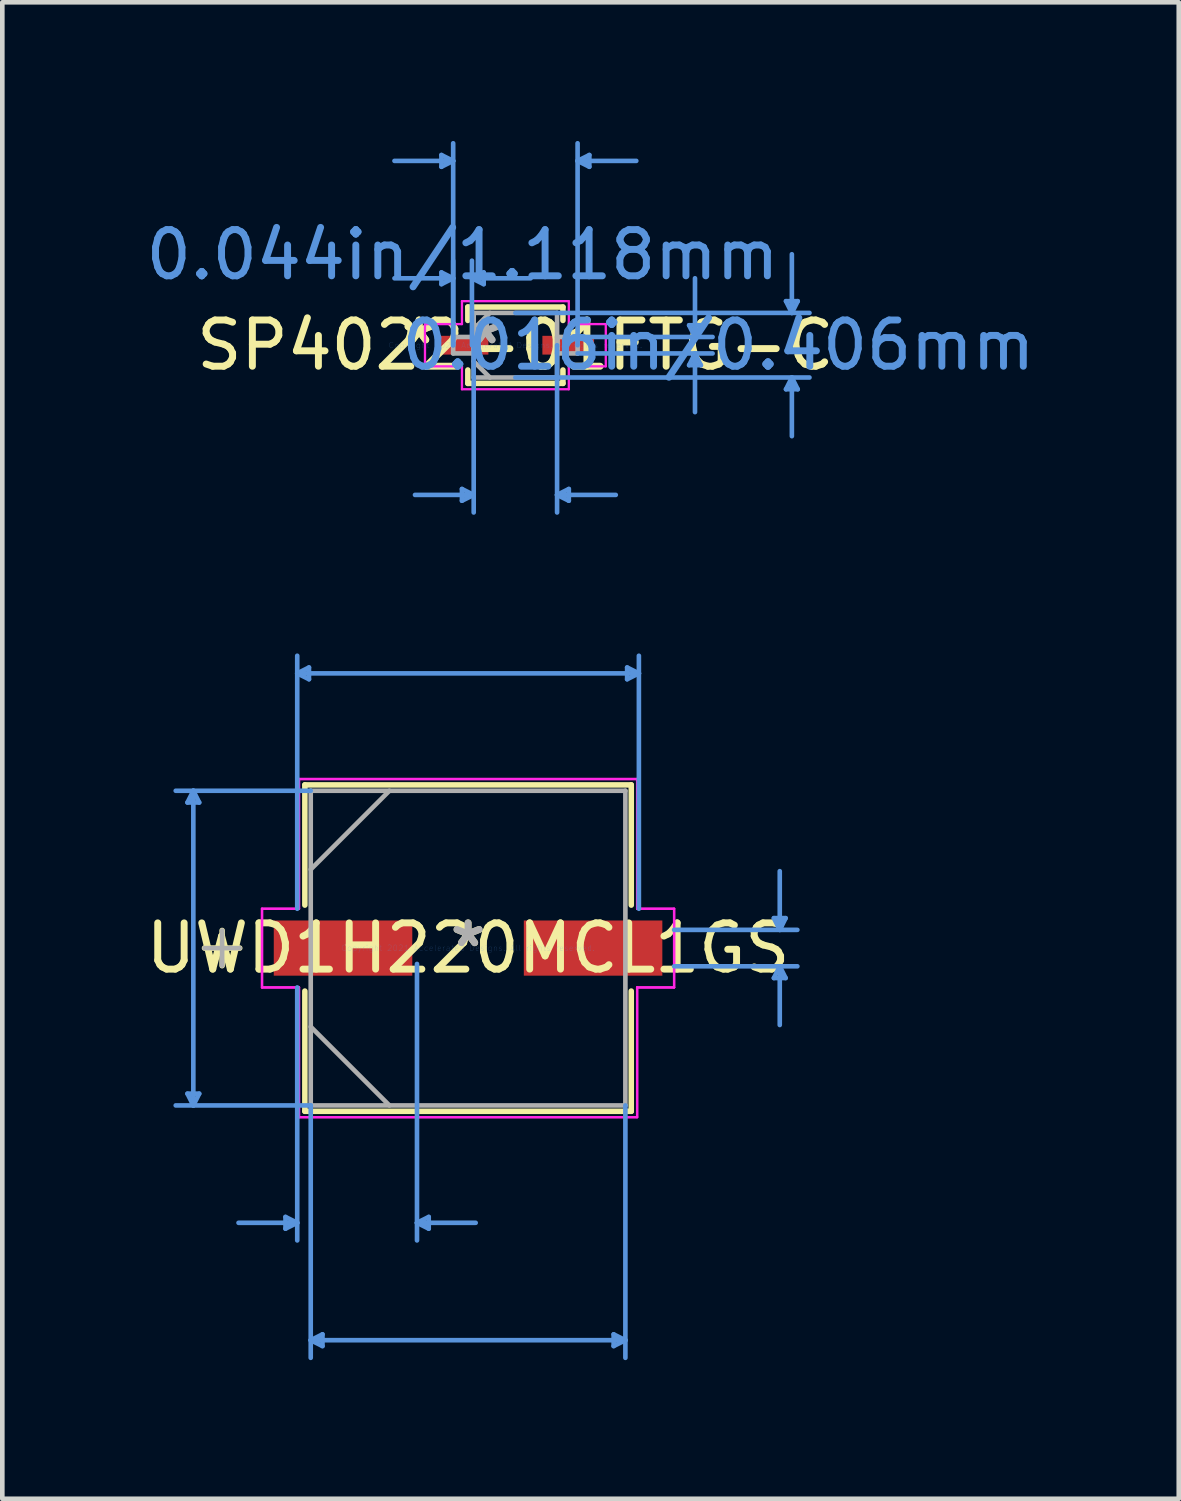
<source format=kicad_pcb>
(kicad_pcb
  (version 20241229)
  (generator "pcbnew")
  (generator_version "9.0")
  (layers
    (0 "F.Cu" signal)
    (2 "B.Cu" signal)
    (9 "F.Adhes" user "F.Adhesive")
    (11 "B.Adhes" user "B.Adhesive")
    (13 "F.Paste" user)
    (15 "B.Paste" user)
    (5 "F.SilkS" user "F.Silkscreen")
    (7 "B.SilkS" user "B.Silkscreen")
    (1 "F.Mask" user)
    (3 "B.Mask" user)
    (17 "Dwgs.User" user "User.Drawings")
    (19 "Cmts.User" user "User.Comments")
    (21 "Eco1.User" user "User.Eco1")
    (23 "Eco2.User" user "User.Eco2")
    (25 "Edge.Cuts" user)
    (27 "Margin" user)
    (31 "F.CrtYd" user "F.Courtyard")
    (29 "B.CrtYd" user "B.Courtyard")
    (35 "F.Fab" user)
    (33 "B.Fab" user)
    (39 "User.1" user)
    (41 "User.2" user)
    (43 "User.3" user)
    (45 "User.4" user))
  (footprint "SP4022-01FTG-C"
    (layer "F.Cu")
    (at 8.101 4.419)
    (property "Reference" "SP4022-01FTG-C" (at 0 0 0) (layer "F.SilkS") (effects (font (size 1 1) (thickness 0.15))))
    (attr through_hole)
    (fp_line (start -1.029 -0.826) (end -1.029 -0.536) (stroke (width 0.12) (type solid)) (layer "F.SilkS"))
    (fp_line (start -1.029 0.536) (end -1.029 0.826) (stroke (width 0.12) (type solid)) (layer "F.SilkS"))
    (fp_line (start -1.029 0.826) (end 1.029 0.826) (stroke (width 0.12) (type solid)) (layer "F.SilkS"))
    (fp_line (start 1.029 -0.826) (end -1.029 -0.826) (stroke (width 0.12) (type solid)) (layer "F.SilkS"))
    (fp_line (start 1.029 -0.536) (end 1.029 -0.826) (stroke (width 0.12) (type solid)) (layer "F.SilkS"))
    (fp_line (start 1.029 0.826) (end 1.029 0.536) (stroke (width 0.12) (type solid)) (layer "F.SilkS"))
    (fp_line (start -1.6 -4.115) (end -1.6 -3.861) (stroke (width 0.1) (type solid)) (layer "Cmts.User"))
    (fp_line (start -1.6 -1.575) (end -1.6 -1.321) (stroke (width 0.1) (type solid)) (layer "Cmts.User"))
    (fp_line (start -1.346 -3.988) (end -2.616 -3.988) (stroke (width 0.1) (type solid)) (layer "Cmts.User"))
    (fp_line (start -1.346 -3.988) (end -1.6 -4.115) (stroke (width 0.1) (type solid)) (layer "Cmts.User"))
    (fp_line (start -1.346 -3.988) (end -1.6 -3.861) (stroke (width 0.1) (type solid)) (layer "Cmts.User"))
    (fp_line (start -1.346 -1.448) (end -2.616 -1.448) (stroke (width 0.1) (type solid)) (layer "Cmts.User"))
    (fp_line (start -1.346 -1.448) (end -1.6 -1.575) (stroke (width 0.1) (type solid)) (layer "Cmts.User"))
    (fp_line (start -1.346 -1.448) (end -1.6 -1.321) (stroke (width 0.1) (type solid)) (layer "Cmts.User"))
    (fp_line (start -1.346 0) (end -1.346 -4.369) (stroke (width 0.1) (type solid)) (layer "Cmts.User"))
    (fp_line (start -1.346 0) (end -1.346 -1.829) (stroke (width 0.1) (type solid)) (layer "Cmts.User"))
    (fp_line (start -1.156 3.111) (end -1.156 3.365) (stroke (width 0.1) (type solid)) (layer "Cmts.User"))
    (fp_line (start -0.94 -1.448) (end -0.686 -1.575) (stroke (width 0.1) (type solid)) (layer "Cmts.User"))
    (fp_line (start -0.94 -1.448) (end -0.686 -1.321) (stroke (width 0.1) (type solid)) (layer "Cmts.User"))
    (fp_line (start -0.94 -1.448) (end 0.33 -1.448) (stroke (width 0.1) (type solid)) (layer "Cmts.User"))
    (fp_line (start -0.94 0) (end -0.94 -1.829) (stroke (width 0.1) (type solid)) (layer "Cmts.User"))
    (fp_line (start -0.902 0) (end -0.902 3.619) (stroke (width 0.1) (type solid)) (layer "Cmts.User"))
    (fp_line (start -0.902 3.239) (end -2.172 3.239) (stroke (width 0.1) (type solid)) (layer "Cmts.User"))
    (fp_line (start -0.902 3.239) (end -1.156 3.111) (stroke (width 0.1) (type solid)) (layer "Cmts.User"))
    (fp_line (start -0.902 3.239) (end -1.156 3.365) (stroke (width 0.1) (type solid)) (layer "Cmts.User"))
    (fp_line (start -0.686 -1.575) (end -0.686 -1.321) (stroke (width 0.1) (type solid)) (layer "Cmts.User"))
    (fp_line (start 0 -0.699) (end 6.363 -0.699) (stroke (width 0.1) (type solid)) (layer "Cmts.User"))
    (fp_line (start 0 0.699) (end 6.363 0.699) (stroke (width 0.1) (type solid)) (layer "Cmts.User"))
    (fp_line (start 0.902 0) (end 0.902 3.619) (stroke (width 0.1) (type solid)) (layer "Cmts.User"))
    (fp_line (start 0.902 3.239) (end 1.156 3.111) (stroke (width 0.1) (type solid)) (layer "Cmts.User"))
    (fp_line (start 0.902 3.239) (end 1.156 3.365) (stroke (width 0.1) (type solid)) (layer "Cmts.User"))
    (fp_line (start 0.902 3.239) (end 2.172 3.239) (stroke (width 0.1) (type solid)) (layer "Cmts.User"))
    (fp_line (start 1.156 3.111) (end 1.156 3.365) (stroke (width 0.1) (type solid)) (layer "Cmts.User"))
    (fp_line (start 1.346 -3.988) (end 1.6 -4.115) (stroke (width 0.1) (type solid)) (layer "Cmts.User"))
    (fp_line (start 1.346 -3.988) (end 1.6 -3.861) (stroke (width 0.1) (type solid)) (layer "Cmts.User"))
    (fp_line (start 1.346 -3.988) (end 2.616 -3.988) (stroke (width 0.1) (type solid)) (layer "Cmts.User"))
    (fp_line (start 1.346 -0.178) (end 4.267 -0.178) (stroke (width 0.1) (type solid)) (layer "Cmts.User"))
    (fp_line (start 1.346 0) (end 1.346 -4.369) (stroke (width 0.1) (type solid)) (layer "Cmts.User"))
    (fp_line (start 1.346 0.178) (end 4.267 0.178) (stroke (width 0.1) (type solid)) (layer "Cmts.User"))
    (fp_line (start 1.6 -4.115) (end 1.6 -3.861) (stroke (width 0.1) (type solid)) (layer "Cmts.User"))
    (fp_line (start 3.759 -0.432) (end 4.013 -0.432) (stroke (width 0.1) (type solid)) (layer "Cmts.User"))
    (fp_line (start 3.759 0.432) (end 4.013 0.432) (stroke (width 0.1) (type solid)) (layer "Cmts.User"))
    (fp_line (start 3.886 -0.178) (end 3.759 -0.432) (stroke (width 0.1) (type solid)) (layer "Cmts.User"))
    (fp_line (start 3.886 -0.178) (end 3.886 -1.448) (stroke (width 0.1) (type solid)) (layer "Cmts.User"))
    (fp_line (start 3.886 -0.178) (end 4.013 -0.432) (stroke (width 0.1) (type solid)) (layer "Cmts.User"))
    (fp_line (start 3.886 0.178) (end 3.759 0.432) (stroke (width 0.1) (type solid)) (layer "Cmts.User"))
    (fp_line (start 3.886 0.178) (end 3.886 1.448) (stroke (width 0.1) (type solid)) (layer "Cmts.User"))
    (fp_line (start 3.886 0.178) (end 4.013 0.432) (stroke (width 0.1) (type solid)) (layer "Cmts.User"))
    (fp_line (start 5.855 -0.953) (end 6.109 -0.953) (stroke (width 0.1) (type solid)) (layer "Cmts.User"))
    (fp_line (start 5.855 0.953) (end 6.109 0.953) (stroke (width 0.1) (type solid)) (layer "Cmts.User"))
    (fp_line (start 5.982 -0.699) (end 5.855 -0.953) (stroke (width 0.1) (type solid)) (layer "Cmts.User"))
    (fp_line (start 5.982 -0.699) (end 5.982 -1.968) (stroke (width 0.1) (type solid)) (layer "Cmts.User"))
    (fp_line (start 5.982 -0.699) (end 6.109 -0.953) (stroke (width 0.1) (type solid)) (layer "Cmts.User"))
    (fp_line (start 5.982 0.699) (end 5.855 0.953) (stroke (width 0.1) (type solid)) (layer "Cmts.User"))
    (fp_line (start 5.982 0.699) (end 5.982 1.968) (stroke (width 0.1) (type solid)) (layer "Cmts.User"))
    (fp_line (start 5.982 0.699) (end 6.109 0.953) (stroke (width 0.1) (type solid)) (layer "Cmts.User"))
    (fp_line (start -1.956 -0.457) (end -1.156 -0.457) (stroke (width 0.05) (type solid)) (layer "F.CrtYd"))
    (fp_line (start -1.956 0.457) (end -1.956 -0.457) (stroke (width 0.05) (type solid)) (layer "F.CrtYd"))
    (fp_line (start -1.156 -0.953) (end 1.156 -0.953) (stroke (width 0.05) (type solid)) (layer "F.CrtYd"))
    (fp_line (start -1.156 -0.457) (end -1.156 -0.953) (stroke (width 0.05) (type solid)) (layer "F.CrtYd"))
    (fp_line (start -1.156 0.457) (end -1.956 0.457) (stroke (width 0.05) (type solid)) (layer "F.CrtYd"))
    (fp_line (start -1.156 0.953) (end -1.156 0.457) (stroke (width 0.05) (type solid)) (layer "F.CrtYd"))
    (fp_line (start 1.156 -0.953) (end 1.156 -0.457) (stroke (width 0.05) (type solid)) (layer "F.CrtYd"))
    (fp_line (start 1.156 -0.457) (end 1.956 -0.457) (stroke (width 0.05) (type solid)) (layer "F.CrtYd"))
    (fp_line (start 1.156 0.457) (end 1.156 0.953) (stroke (width 0.05) (type solid)) (layer "F.CrtYd"))
    (fp_line (start 1.156 0.953) (end -1.156 0.953) (stroke (width 0.05) (type solid)) (layer "F.CrtYd"))
    (fp_line (start 1.956 -0.457) (end 1.956 0.457) (stroke (width 0.05) (type solid)) (layer "F.CrtYd"))
    (fp_line (start 1.956 0.457) (end 1.156 0.457) (stroke (width 0.05) (type solid)) (layer "F.CrtYd"))
    (fp_line (start -1.346 -0.178) (end -1.346 0.178) (stroke (width 0.1) (type solid)) (layer "F.Fab"))
    (fp_line (start -1.346 0.178) (end -0.902 0.178) (stroke (width 0.1) (type solid)) (layer "F.Fab"))
    (fp_line (start -0.902 -0.699) (end -0.902 0.699) (stroke (width 0.1) (type solid)) (layer "F.Fab"))
    (fp_line (start -0.902 -0.349) (end -0.552 -0.699) (stroke (width 0.1) (type solid)) (layer "F.Fab"))
    (fp_line (start -0.902 -0.178) (end -1.346 -0.178) (stroke (width 0.1) (type solid)) (layer "F.Fab"))
    (fp_line (start -0.902 0.178) (end -0.902 -0.178) (stroke (width 0.1) (type solid)) (layer "F.Fab"))
    (fp_line (start -0.902 0.349) (end -0.552 0.699) (stroke (width 0.1) (type solid)) (layer "F.Fab"))
    (fp_line (start -0.902 0.699) (end 0.902 0.699) (stroke (width 0.1) (type solid)) (layer "F.Fab"))
    (fp_line (start 0.902 -0.699) (end -0.902 -0.699) (stroke (width 0.1) (type solid)) (layer "F.Fab"))
    (fp_line (start 0.902 -0.178) (end 0.902 0.178) (stroke (width 0.1) (type solid)) (layer "F.Fab"))
    (fp_line (start 0.902 0.178) (end 1.346 0.178) (stroke (width 0.1) (type solid)) (layer "F.Fab"))
    (fp_line (start 0.902 0.699) (end 0.902 -0.699) (stroke (width 0.1) (type solid)) (layer "F.Fab"))
    (fp_line (start 1.346 -0.178) (end 0.902 -0.178) (stroke (width 0.1) (type solid)) (layer "F.Fab"))
    (fp_line (start 1.346 0.178) (end 1.346 -0.178) (stroke (width 0.1) (type solid)) (layer "F.Fab"))
    (fp_text user "*" (at -2.083 0 0) (layer "F.SilkS") (effects (font (size 1 1) (thickness 0.15))))
    (fp_text user "*" (at -2.083 0 0) (layer "F.SilkS") (effects (font (size 1 1) (thickness 0.15))))
    (fp_text user "Copyright 2021 Accelerated Designs. All rights reserved." (at 0 0 0) (layer "Cmts.User") (effects (font (size 0.127 0.127) (thickness 0.002))))
    (fp_text user "0.016in/0.406mm" (at 4.394 0 0) (layer "Cmts.User") (effects (font (size 1 1) (thickness 0.15))))
    (fp_text user "0.044in/1.118mm" (at -1.143 -1.956 0) (layer "Cmts.User") (effects (font (size 1 1) (thickness 0.15))))
    (fp_text user "*" (at -0.648 0 0) (layer "F.Fab") (effects (font (size 1 1) (thickness 0.15))))
    (fp_text user "*" (at -0.648 0 0) (layer "F.Fab") (effects (font (size 1 1) (thickness 0.15))))
    (pad "1" smd rect (at -1.143 0) (size 1.118 0.406) (layers "F.Cu" "F.Mask" "F.Paste"))
    (pad "2" smd rect (at 1.143 0) (size 1.118 0.406) (layers "F.Cu" "F.Mask" "F.Paste")))
  (footprint "UWD1H220MCL1GS"
    (layer "F.Cu")
    (at 7.077 17.463)
    (property "Reference" "UWD1H220MCL1GS" (at 0 0 0) (layer "F.SilkS") (effects (font (size 1 1) (thickness 0.15))))
    (attr through_hole)
    (fp_line (start -5.321 -0.381) (end -5.321 0.381) (stroke (width 0.12) (type solid)) (layer "F.SilkS"))
    (fp_line (start -4.94 0) (end -5.702 0) (stroke (width 0.12) (type solid)) (layer "F.SilkS"))
    (fp_line (start -3.531 -3.531) (end -3.531 -0.93) (stroke (width 0.12) (type solid)) (layer "F.SilkS"))
    (fp_line (start -3.531 0.93) (end -3.531 3.531) (stroke (width 0.12) (type solid)) (layer "F.SilkS"))
    (fp_line (start -3.531 3.531) (end 3.531 3.531) (stroke (width 0.12) (type solid)) (layer "F.SilkS"))
    (fp_line (start 3.531 -3.531) (end -3.531 -3.531) (stroke (width 0.12) (type solid)) (layer "F.SilkS"))
    (fp_line (start 3.531 -0.93) (end 3.531 -3.531) (stroke (width 0.12) (type solid)) (layer "F.SilkS"))
    (fp_line (start 3.531 3.531) (end 3.531 0.93) (stroke (width 0.12) (type solid)) (layer "F.SilkS"))
    (fp_line (start -6.071 -3.15) (end -5.817 -3.15) (stroke (width 0.1) (type solid)) (layer "Cmts.User"))
    (fp_line (start -6.071 3.15) (end -5.817 3.15) (stroke (width 0.1) (type solid)) (layer "Cmts.User"))
    (fp_line (start -5.944 -3.404) (end -6.071 -3.15) (stroke (width 0.1) (type solid)) (layer "Cmts.User"))
    (fp_line (start -5.944 -3.404) (end -5.944 3.404) (stroke (width 0.1) (type solid)) (layer "Cmts.User"))
    (fp_line (start -5.944 -3.404) (end -5.817 -3.15) (stroke (width 0.1) (type solid)) (layer "Cmts.User"))
    (fp_line (start -5.944 3.404) (end -6.071 3.15) (stroke (width 0.1) (type solid)) (layer "Cmts.User"))
    (fp_line (start -5.944 3.404) (end -5.817 3.15) (stroke (width 0.1) (type solid)) (layer "Cmts.User"))
    (fp_line (start -3.95 5.817) (end -3.95 6.071) (stroke (width 0.1) (type solid)) (layer "Cmts.User"))
    (fp_line (start -3.696 -5.944) (end -3.442 -6.071) (stroke (width 0.1) (type solid)) (layer "Cmts.User"))
    (fp_line (start -3.696 -5.944) (end -3.442 -5.817) (stroke (width 0.1) (type solid)) (layer "Cmts.User"))
    (fp_line (start -3.696 -5.944) (end 3.696 -5.944) (stroke (width 0.1) (type solid)) (layer "Cmts.User"))
    (fp_line (start -3.696 -0.851) (end -3.696 -6.325) (stroke (width 0.1) (type solid)) (layer "Cmts.User"))
    (fp_line (start -3.696 0.851) (end -3.696 6.325) (stroke (width 0.1) (type solid)) (layer "Cmts.User"))
    (fp_line (start -3.696 5.944) (end -4.966 5.944) (stroke (width 0.1) (type solid)) (layer "Cmts.User"))
    (fp_line (start -3.696 5.944) (end -3.95 5.817) (stroke (width 0.1) (type solid)) (layer "Cmts.User"))
    (fp_line (start -3.696 5.944) (end -3.95 6.071) (stroke (width 0.1) (type solid)) (layer "Cmts.User"))
    (fp_line (start -3.442 -6.071) (end -3.442 -5.817) (stroke (width 0.1) (type solid)) (layer "Cmts.User"))
    (fp_line (start -3.404 -3.404) (end -6.325 -3.404) (stroke (width 0.1) (type solid)) (layer "Cmts.User"))
    (fp_line (start -3.404 3.404) (end -6.325 3.404) (stroke (width 0.1) (type solid)) (layer "Cmts.User"))
    (fp_line (start -3.404 3.404) (end -3.404 8.865) (stroke (width 0.1) (type solid)) (layer "Cmts.User"))
    (fp_line (start -3.404 8.484) (end -3.15 8.357) (stroke (width 0.1) (type solid)) (layer "Cmts.User"))
    (fp_line (start -3.404 8.484) (end -3.15 8.611) (stroke (width 0.1) (type solid)) (layer "Cmts.User"))
    (fp_line (start -3.404 8.484) (end 3.404 8.484) (stroke (width 0.1) (type solid)) (layer "Cmts.User"))
    (fp_line (start -3.15 8.357) (end -3.15 8.611) (stroke (width 0.1) (type solid)) (layer "Cmts.User"))
    (fp_line (start -1.105 0.343) (end -1.105 6.325) (stroke (width 0.1) (type solid)) (layer "Cmts.User"))
    (fp_line (start -1.105 5.944) (end -0.851 5.817) (stroke (width 0.1) (type solid)) (layer "Cmts.User"))
    (fp_line (start -1.105 5.944) (end -0.851 6.071) (stroke (width 0.1) (type solid)) (layer "Cmts.User"))
    (fp_line (start -1.105 5.944) (end 0.165 5.944) (stroke (width 0.1) (type solid)) (layer "Cmts.User"))
    (fp_line (start -0.851 5.817) (end -0.851 6.071) (stroke (width 0.1) (type solid)) (layer "Cmts.User"))
    (fp_line (start 3.15 8.357) (end 3.15 8.611) (stroke (width 0.1) (type solid)) (layer "Cmts.User"))
    (fp_line (start 3.404 3.404) (end 3.404 8.865) (stroke (width 0.1) (type solid)) (layer "Cmts.User"))
    (fp_line (start 3.404 8.484) (end 3.15 8.357) (stroke (width 0.1) (type solid)) (layer "Cmts.User"))
    (fp_line (start 3.404 8.484) (end 3.15 8.611) (stroke (width 0.1) (type solid)) (layer "Cmts.User"))
    (fp_line (start 3.442 -6.071) (end 3.442 -5.817) (stroke (width 0.1) (type solid)) (layer "Cmts.User"))
    (fp_line (start 3.696 -5.944) (end 3.442 -6.071) (stroke (width 0.1) (type solid)) (layer "Cmts.User"))
    (fp_line (start 3.696 -5.944) (end 3.442 -5.817) (stroke (width 0.1) (type solid)) (layer "Cmts.User"))
    (fp_line (start 3.696 -0.851) (end 3.696 -6.325) (stroke (width 0.1) (type solid)) (layer "Cmts.User"))
    (fp_line (start 4.458 -0.394) (end 7.125 -0.394) (stroke (width 0.1) (type solid)) (layer "Cmts.User"))
    (fp_line (start 4.458 0.394) (end 7.125 0.394) (stroke (width 0.1) (type solid)) (layer "Cmts.User"))
    (fp_line (start 6.617 -0.648) (end 6.871 -0.648) (stroke (width 0.1) (type solid)) (layer "Cmts.User"))
    (fp_line (start 6.617 0.648) (end 6.871 0.648) (stroke (width 0.1) (type solid)) (layer "Cmts.User"))
    (fp_line (start 6.744 -0.394) (end 6.617 -0.648) (stroke (width 0.1) (type solid)) (layer "Cmts.User"))
    (fp_line (start 6.744 -0.394) (end 6.744 -1.664) (stroke (width 0.1) (type solid)) (layer "Cmts.User"))
    (fp_line (start 6.744 -0.394) (end 6.871 -0.648) (stroke (width 0.1) (type solid)) (layer "Cmts.User"))
    (fp_line (start 6.744 0.394) (end 6.617 0.648) (stroke (width 0.1) (type solid)) (layer "Cmts.User"))
    (fp_line (start 6.744 0.394) (end 6.744 1.664) (stroke (width 0.1) (type solid)) (layer "Cmts.User"))
    (fp_line (start 6.744 0.394) (end 6.871 0.648) (stroke (width 0.1) (type solid)) (layer "Cmts.User"))
    (fp_line (start -4.458 -0.851) (end -3.658 -0.851) (stroke (width 0.05) (type solid)) (layer "F.CrtYd"))
    (fp_line (start -4.458 -0.851) (end -3.658 -0.851) (stroke (width 0.05) (type solid)) (layer "F.CrtYd"))
    (fp_line (start -4.458 0.851) (end -4.458 -0.851) (stroke (width 0.05) (type solid)) (layer "F.CrtYd"))
    (fp_line (start -4.458 0.851) (end -4.458 -0.851) (stroke (width 0.05) (type solid)) (layer "F.CrtYd"))
    (fp_line (start -3.658 -3.658) (end 3.658 -3.658) (stroke (width 0.05) (type solid)) (layer "F.CrtYd"))
    (fp_line (start -3.658 -3.658) (end 3.658 -3.658) (stroke (width 0.05) (type solid)) (layer "F.CrtYd"))
    (fp_line (start -3.658 -0.851) (end -3.658 -3.658) (stroke (width 0.05) (type solid)) (layer "F.CrtYd"))
    (fp_line (start -3.658 -0.851) (end -3.658 -3.658) (stroke (width 0.05) (type solid)) (layer "F.CrtYd"))
    (fp_line (start -3.658 0.851) (end -4.458 0.851) (stroke (width 0.05) (type solid)) (layer "F.CrtYd"))
    (fp_line (start -3.658 0.851) (end -4.458 0.851) (stroke (width 0.05) (type solid)) (layer "F.CrtYd"))
    (fp_line (start -3.658 3.658) (end -3.658 0.851) (stroke (width 0.05) (type solid)) (layer "F.CrtYd"))
    (fp_line (start -3.658 3.658) (end -3.658 0.851) (stroke (width 0.05) (type solid)) (layer "F.CrtYd"))
    (fp_line (start 3.658 -3.658) (end 3.658 -0.851) (stroke (width 0.05) (type solid)) (layer "F.CrtYd"))
    (fp_line (start 3.658 -3.658) (end 3.658 -0.851) (stroke (width 0.05) (type solid)) (layer "F.CrtYd"))
    (fp_line (start 3.658 -0.851) (end 4.458 -0.851) (stroke (width 0.05) (type solid)) (layer "F.CrtYd"))
    (fp_line (start 3.658 -0.851) (end 4.458 -0.851) (stroke (width 0.05) (type solid)) (layer "F.CrtYd"))
    (fp_line (start 3.658 0.851) (end 3.658 3.658) (stroke (width 0.05) (type solid)) (layer "F.CrtYd"))
    (fp_line (start 3.658 0.851) (end 3.658 3.658) (stroke (width 0.05) (type solid)) (layer "F.CrtYd"))
    (fp_line (start 3.658 3.658) (end -3.658 3.658) (stroke (width 0.05) (type solid)) (layer "F.CrtYd"))
    (fp_line (start 3.658 3.658) (end -3.658 3.658) (stroke (width 0.05) (type solid)) (layer "F.CrtYd"))
    (fp_line (start 4.458 -0.851) (end 4.458 0.851) (stroke (width 0.05) (type solid)) (layer "F.CrtYd"))
    (fp_line (start 4.458 -0.851) (end 4.458 0.851) (stroke (width 0.05) (type solid)) (layer "F.CrtYd"))
    (fp_line (start 4.458 0.851) (end 3.658 0.851) (stroke (width 0.05) (type solid)) (layer "F.CrtYd"))
    (fp_line (start 4.458 0.851) (end 3.658 0.851) (stroke (width 0.05) (type solid)) (layer "F.CrtYd"))
    (fp_line (start -5.321 -0.381) (end -5.321 0.381) (stroke (width 0.1) (type solid)) (layer "F.Fab"))
    (fp_line (start -4.94 0) (end -5.702 0) (stroke (width 0.1) (type solid)) (layer "F.Fab"))
    (fp_line (start -3.404 -3.404) (end -3.404 3.404) (stroke (width 0.1) (type solid)) (layer "F.Fab"))
    (fp_line (start -3.404 -1.702) (end -1.702 -3.404) (stroke (width 0.1) (type solid)) (layer "F.Fab"))
    (fp_line (start -3.404 1.702) (end -1.702 3.404) (stroke (width 0.1) (type solid)) (layer "F.Fab"))
    (fp_line (start -3.404 3.404) (end 3.404 3.404) (stroke (width 0.1) (type solid)) (layer "F.Fab"))
    (fp_line (start 3.404 -3.404) (end -3.404 -3.404) (stroke (width 0.1) (type solid)) (layer "F.Fab"))
    (fp_line (start 3.404 3.404) (end 3.404 -3.404) (stroke (width 0.1) (type solid)) (layer "F.Fab"))
    (fp_text user "*" (at 0 0 0) (layer "F.SilkS") (effects (font (size 1 1) (thickness 0.15))))
    (fp_text user "Copyright 2021 Accelerated Designs. All rights reserved." (at 0 0 0) (layer "Cmts.User") (effects (font (size 0.127 0.127) (thickness 0.002))))
    (fp_text user "*" (at 0 0 0) (layer "F.Fab") (effects (font (size 1 1) (thickness 0.15))))
    (pad "1" smd rect (at -2.705 0) (size 2.997 1.194) (layers "F.Cu" "F.Mask" "F.Paste"))
    (pad "2" smd rect (at 2.705 0) (size 2.997 1.194) (layers "F.Cu" "F.Mask" "F.Paste")))
  (gr_rect
    (start -3 -3)
    (end 22.454 29.378)
    (stroke (width 0.1) (type default))
    (fill no)
    (layer "Edge.Cuts")))
</source>
